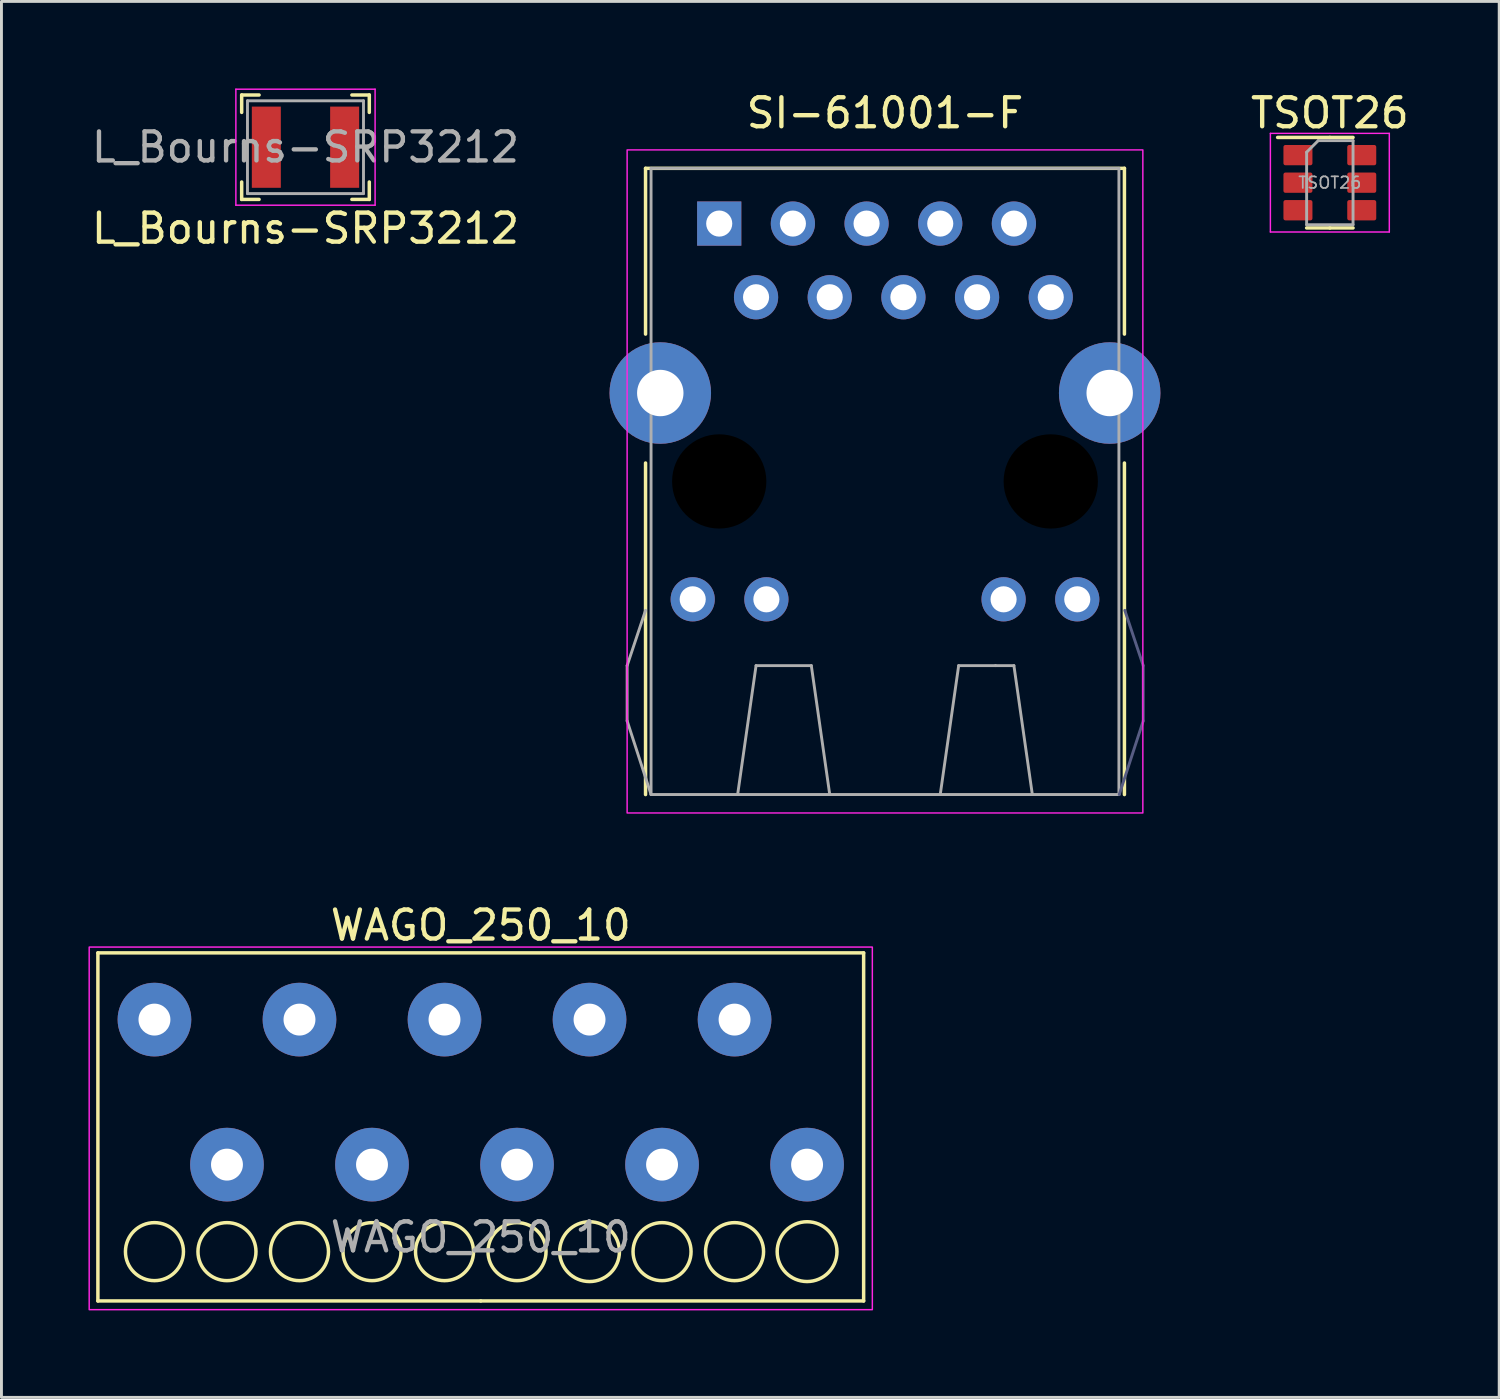
<source format=kicad_pcb>
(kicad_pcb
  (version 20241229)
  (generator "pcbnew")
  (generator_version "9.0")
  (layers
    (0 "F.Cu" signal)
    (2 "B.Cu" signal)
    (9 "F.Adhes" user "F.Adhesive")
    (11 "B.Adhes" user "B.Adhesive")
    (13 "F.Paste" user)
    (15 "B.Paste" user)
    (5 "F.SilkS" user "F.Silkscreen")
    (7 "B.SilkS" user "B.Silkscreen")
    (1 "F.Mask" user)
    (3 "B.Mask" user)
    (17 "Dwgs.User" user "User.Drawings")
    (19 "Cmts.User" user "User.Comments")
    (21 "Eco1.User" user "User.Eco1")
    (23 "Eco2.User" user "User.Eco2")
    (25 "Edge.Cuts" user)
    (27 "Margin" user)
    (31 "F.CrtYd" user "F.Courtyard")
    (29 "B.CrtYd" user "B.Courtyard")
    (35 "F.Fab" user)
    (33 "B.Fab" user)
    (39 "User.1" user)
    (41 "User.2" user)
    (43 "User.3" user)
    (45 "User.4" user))
  (footprint "SI-61001-F"
    (layer "F.Cu")
    (at 27.461 4.658)
    (property "Reference" "SI-61001-F" (at 0 -3.81 0) (unlocked yes) (layer "F.SilkS") (effects (font (size 1 1) (thickness 0.15))))
    (attr through_hole)
    (fp_line (start -8.255 -1.905) (end 8.255 -1.905) (stroke (width 0.12) (type solid)) (layer "F.SilkS"))
    (fp_line (start -8.255 3.81) (end -8.255 -1.905) (stroke (width 0.12) (type solid)) (layer "F.SilkS"))
    (fp_line (start -8.255 19.685) (end -8.255 8.255) (stroke (width 0.12) (type solid)) (layer "F.SilkS"))
    (fp_line (start 8.255 -1.905) (end 8.255 3.81) (stroke (width 0.12) (type solid)) (layer "F.SilkS"))
    (fp_line (start 8.255 8.255) (end 8.255 19.685) (stroke (width 0.12) (type solid)) (layer "F.SilkS"))
    (fp_rect (start -8.89 -2.54) (end 8.89 20.32) (stroke (width 0.05) (type solid)) (fill no) (layer "F.CrtYd"))
    (fp_line (start 8.077 19.685) (end 8.903 17.145) (stroke (width 0.1) (type solid)) (layer "B.Fab"))
    (fp_line (start 8.903 15.24) (end 8.268 13.335) (stroke (width 0.1) (type solid)) (layer "B.Fab"))
    (fp_line (start 8.903 17.145) (end 8.903 15.24) (stroke (width 0.1) (type solid)) (layer "B.Fab"))
    (fp_line (start -8.89 15.24) (end -8.255 13.335) (stroke (width 0.1) (type solid)) (layer "F.Fab"))
    (fp_line (start -8.89 17.145) (end -8.89 15.24) (stroke (width 0.1) (type solid)) (layer "F.Fab"))
    (fp_line (start -8.065 -1.905) (end 8.065 -1.905) (stroke (width 0.1) (type solid)) (layer "F.Fab"))
    (fp_line (start -8.065 19.685) (end -8.89 17.145) (stroke (width 0.1) (type solid)) (layer "F.Fab"))
    (fp_line (start -8.065 19.685) (end -8.065 -1.905) (stroke (width 0.1) (type solid)) (layer "F.Fab"))
    (fp_line (start -8.065 19.685) (end 8.065 19.685) (stroke (width 0.1) (type solid)) (layer "F.Fab"))
    (fp_line (start -5.08 19.685) (end -4.445 15.24) (stroke (width 0.1) (type solid)) (layer "F.Fab"))
    (fp_line (start -4.445 15.24) (end -2.54 15.24) (stroke (width 0.1) (type solid)) (layer "F.Fab"))
    (fp_line (start -2.54 15.24) (end -1.905 19.685) (stroke (width 0.1) (type solid)) (layer "F.Fab"))
    (fp_line (start 1.905 19.685) (end 2.54 15.24) (stroke (width 0.1) (type solid)) (layer "F.Fab"))
    (fp_line (start 2.54 15.24) (end 3.81 15.24) (stroke (width 0.1) (type solid)) (layer "F.Fab"))
    (fp_line (start 3.81 15.24) (end 4.445 15.24) (stroke (width 0.1) (type solid)) (layer "F.Fab"))
    (fp_line (start 4.445 15.24) (end 5.08 19.685) (stroke (width 0.1) (type solid)) (layer "F.Fab"))
    (fp_line (start 8.065 19.685) (end 8.065 -1.905) (stroke (width 0.1) (type solid)) (layer "F.Fab"))
    (pad "" np_thru_hole circle (at -5.715 8.89) (size 3.25 3.25) (drill 3.25) (layers "*.Mask"))
    (pad "" np_thru_hole circle (at 5.715 8.89) (size 3.25 3.25) (drill 3.25) (layers "*.Mask"))
    (pad "1" thru_hole rect (at -5.715 0) (size 1.524 1.524) (drill 0.9) (layers "*.Cu" "*.Mask"))
    (pad "2" thru_hole circle (at -4.445 2.54) (size 1.524 1.524) (drill 0.9) (layers "*.Cu" "*.Mask"))
    (pad "3" thru_hole circle (at -3.175 0) (size 1.524 1.524) (drill 0.9) (layers "*.Cu" "*.Mask"))
    (pad "4" thru_hole circle (at -1.905 2.54) (size 1.524 1.524) (drill 0.9) (layers "*.Cu" "*.Mask"))
    (pad "5" thru_hole circle (at -0.635 0) (size 1.524 1.524) (drill 0.9) (layers "*.Cu" "*.Mask"))
    (pad "6" thru_hole circle (at 0.635 2.54) (size 1.524 1.524) (drill 0.9) (layers "*.Cu" "*.Mask"))
    (pad "7" thru_hole circle (at 1.905 0) (size 1.524 1.524) (drill 0.9) (layers "*.Cu" "*.Mask"))
    (pad "8" thru_hole circle (at 3.175 2.54) (size 1.524 1.524) (drill 0.9) (layers "*.Cu" "*.Mask"))
    (pad "9" thru_hole circle (at 4.445 0) (size 1.524 1.524) (drill 0.9) (layers "*.Cu" "*.Mask"))
    (pad "10" thru_hole circle (at 5.715 2.54) (size 1.524 1.524) (drill 0.9) (layers "*.Cu" "*.Mask"))
    (pad "11" thru_hole circle (at -6.629 12.954) (size 1.524 1.524) (drill 0.9) (layers "*.Cu" "*.Mask"))
    (pad "12" thru_hole circle (at -4.089 12.954) (size 1.524 1.524) (drill 0.9) (layers "*.Cu" "*.Mask"))
    (pad "13" thru_hole circle (at 4.089 12.954) (size 1.524 1.524) (drill 0.9) (layers "*.Cu" "*.Mask"))
    (pad "14" thru_hole circle (at 6.629 12.954) (size 1.524 1.524) (drill 0.9) (layers "*.Cu" "*.Mask"))
    (pad "SH" thru_hole circle (at -7.747 5.842) (size 3.5 3.5) (drill 1.6) (layers "*.Cu" "*.Mask"))
    (pad "SH" thru_hole circle (at 7.747 5.842) (size 3.5 3.5) (drill 1.6) (layers "*.Cu" "*.Mask")))
  (footprint "TSOT26"
    (layer "F.Cu")
    (at 42.798 3.248)
    (property "Reference" "TSOT26" (at 0 -2.4 0) (layer "F.SilkS") (effects (font (size 1 1) (thickness 0.15))))
    (attr smd)
    (fp_line (start 0 -1.56) (end -1.8 -1.56) (stroke (width 0.12) (type solid)) (layer "F.SilkS"))
    (fp_line (start 0 -1.56) (end 0.8 -1.56) (stroke (width 0.12) (type solid)) (layer "F.SilkS"))
    (fp_line (start 0 1.56) (end -0.8 1.56) (stroke (width 0.12) (type solid)) (layer "F.SilkS"))
    (fp_line (start 0 1.56) (end 0.8 1.56) (stroke (width 0.12) (type solid)) (layer "F.SilkS"))
    (fp_line (start -2.05 -1.7) (end -2.05 1.7) (stroke (width 0.05) (type solid)) (layer "F.CrtYd"))
    (fp_line (start -2.05 1.7) (end 2.05 1.7) (stroke (width 0.05) (type solid)) (layer "F.CrtYd"))
    (fp_line (start 2.05 -1.7) (end -2.05 -1.7) (stroke (width 0.05) (type solid)) (layer "F.CrtYd"))
    (fp_line (start 2.05 1.7) (end 2.05 -1.7) (stroke (width 0.05) (type solid)) (layer "F.CrtYd"))
    (fp_line (start -0.8 -1.05) (end -0.4 -1.45) (stroke (width 0.1) (type solid)) (layer "F.Fab"))
    (fp_line (start -0.8 1.45) (end -0.8 -1.05) (stroke (width 0.1) (type solid)) (layer "F.Fab"))
    (fp_line (start -0.4 -1.45) (end 0.8 -1.45) (stroke (width 0.1) (type solid)) (layer "F.Fab"))
    (fp_line (start 0.8 -1.45) (end 0.8 1.45) (stroke (width 0.1) (type solid)) (layer "F.Fab"))
    (fp_line (start 0.8 1.45) (end -0.8 1.45) (stroke (width 0.1) (type solid)) (layer "F.Fab"))
    (fp_text user "${REFERENCE}" (at 0 0 0) (layer "F.Fab") (effects (font (size 0.4 0.4) (thickness 0.06))))
    (pad "1" smd roundrect (at -1.1 -0.95) (size 1 0.7) (layers "F.Cu" "F.Mask" "F.Paste") (roundrect_rratio 0.1))
    (pad "2" smd roundrect (at -1.1 0) (size 1 0.7) (layers "F.Cu" "F.Mask" "F.Paste") (roundrect_rratio 0.1))
    (pad "3" smd roundrect (at -1.1 0.95) (size 1 0.7) (layers "F.Cu" "F.Mask" "F.Paste") (roundrect_rratio 0.1))
    (pad "4" smd roundrect (at 1.1 0.95) (size 1 0.7) (layers "F.Cu" "F.Mask" "F.Paste") (roundrect_rratio 0.1))
    (pad "5" smd roundrect (at 1.1 0) (size 1 0.7) (layers "F.Cu" "F.Mask" "F.Paste") (roundrect_rratio 0.1))
    (pad "6" smd roundrect (at 1.1 -0.95) (size 1 0.7) (layers "F.Cu" "F.Mask" "F.Paste") (roundrect_rratio 0.1)))
  (footprint "L_Bourns-SRP3212"
    (layer "F.Cu")
    (at 7.482 2.025)
    (property "Reference" "L_Bourns-SRP3212" (at 0 2.8 0) (layer "F.SilkS") (effects (font (size 1 1) (thickness 0.15))))
    (attr smd)
    (fp_line (start -2.2 -1.8) (end -2.2 -1.2) (stroke (width 0.12) (type solid)) (layer "F.SilkS"))
    (fp_line (start -2.2 1.2) (end -2.2 1.8) (stroke (width 0.12) (type solid)) (layer "F.SilkS"))
    (fp_line (start -2.2 1.8) (end -1.6 1.8) (stroke (width 0.12) (type solid)) (layer "F.SilkS"))
    (fp_line (start -1.6 -1.8) (end -2.2 -1.8) (stroke (width 0.12) (type solid)) (layer "F.SilkS"))
    (fp_line (start 1.6 1.8) (end 2.2 1.8) (stroke (width 0.12) (type solid)) (layer "F.SilkS"))
    (fp_line (start 2.2 -1.8) (end 1.6 -1.8) (stroke (width 0.12) (type solid)) (layer "F.SilkS"))
    (fp_line (start 2.2 -1.2) (end 2.2 -1.8) (stroke (width 0.12) (type solid)) (layer "F.SilkS"))
    (fp_line (start 2.2 1.8) (end 2.2 1.2) (stroke (width 0.12) (type solid)) (layer "F.SilkS"))
    (fp_line (start -2.4 -2) (end 2.4 -2) (stroke (width 0.05) (type solid)) (layer "F.CrtYd"))
    (fp_line (start -2.4 2) (end -2.4 -2) (stroke (width 0.05) (type solid)) (layer "F.CrtYd"))
    (fp_line (start 2.4 -2) (end 2.4 2) (stroke (width 0.05) (type solid)) (layer "F.CrtYd"))
    (fp_line (start 2.4 2) (end -2.4 2) (stroke (width 0.05) (type solid)) (layer "F.CrtYd"))
    (fp_line (start -2 -1.6) (end -2 1.6) (stroke (width 0.1) (type solid)) (layer "F.Fab"))
    (fp_line (start -2 -1.6) (end 2 -1.6) (stroke (width 0.1) (type solid)) (layer "F.Fab"))
    (fp_line (start 2 -1.6) (end 2 1.6) (stroke (width 0.1) (type solid)) (layer "F.Fab"))
    (fp_line (start 2 1.6) (end -2 1.6) (stroke (width 0.1) (type solid)) (layer "F.Fab"))
    (fp_text user "${REFERENCE}" (at 0 0 0) (layer "F.Fab") (effects (font (size 1 1) (thickness 0.15))))
    (pad "1" smd rect (at -1.35 0) (size 1 2.8) (layers "F.Cu" "F.Mask" "F.Paste"))
    (pad "2" smd rect (at 1.35 0) (size 1 2.8) (layers "F.Cu" "F.Mask" "F.Paste")))
  (footprint "WAGO_250_10"
    (layer "F.Cu")
    (at 13.525 37.102)
    (property "Reference" "WAGO_250_10" (at 0 -8.25 0) (unlocked yes) (layer "F.SilkS") (effects (font (size 1 1) (thickness 0.15))))
    (attr through_hole)
    (fp_line (start -13.2 -7.3) (end -13.2 4.7) (stroke (width 0.12) (type solid)) (layer "F.SilkS"))
    (fp_line (start -13.2 4.7) (end 0 4.7) (stroke (width 0.12) (type solid)) (layer "F.SilkS"))
    (fp_line (start 0 4.7) (end 13.2 4.7) (stroke (width 0.12) (type solid)) (layer "F.SilkS"))
    (fp_line (start 13.2 -7.3) (end -13.2 -7.3) (stroke (width 0.12) (type solid)) (layer "F.SilkS"))
    (fp_line (start 13.2 4.7) (end 13.2 -7.3) (stroke (width 0.12) (type solid)) (layer "F.SilkS"))
    (fp_circle (center -11.25 3) (end -11.25 4) (stroke (width 0.12) (type solid)) (fill no) (layer "F.SilkS"))
    (fp_circle (center -8.75 3) (end -8.75 4) (stroke (width 0.12) (type solid)) (fill no) (layer "F.SilkS"))
    (fp_circle (center -6.25 3) (end -6.25 4) (stroke (width 0.12) (type solid)) (fill no) (layer "F.SilkS"))
    (fp_circle (center -3.75 3) (end -3.75 4) (stroke (width 0.12) (type solid)) (fill no) (layer "F.SilkS"))
    (fp_circle (center -1.25 3) (end -1.25 4) (stroke (width 0.12) (type solid)) (fill no) (layer "F.SilkS"))
    (fp_circle (center 1.25 3) (end 1.25 4) (stroke (width 0.12) (type solid)) (fill no) (layer "F.SilkS"))
    (fp_circle (center 3.75 3) (end 4 4) (stroke (width 0.12) (type solid)) (fill no) (layer "F.SilkS"))
    (fp_circle (center 6.25 3) (end 6.25 4) (stroke (width 0.12) (type solid)) (fill no) (layer "F.SilkS"))
    (fp_circle (center 8.75 3) (end 8.75 4) (stroke (width 0.12) (type solid)) (fill no) (layer "F.SilkS"))
    (fp_circle (center 11.25 3) (end 11.5 4) (stroke (width 0.12) (type solid)) (fill no) (layer "F.SilkS"))
    (fp_rect (start -13.5 -7.5) (end 13.5 5) (stroke (width 0.05) (type solid)) (fill no) (layer "F.CrtYd"))
    (fp_text user "${REFERENCE}" (at 0 2.5 0) (unlocked yes) (layer "F.Fab") (effects (font (size 1 1) (thickness 0.15))))
    (pad "1" thru_hole circle (at 11.25 0) (size 2.54 2.54) (drill 1.1) (layers "*.Cu" "*.Mask"))
    (pad "2" thru_hole circle (at 8.75 -5) (size 2.54 2.54) (drill 1.1) (layers "*.Cu" "*.Mask"))
    (pad "3" thru_hole circle (at 6.25 0) (size 2.54 2.54) (drill 1.1) (layers "*.Cu" "*.Mask"))
    (pad "4" thru_hole circle (at 3.75 -5) (size 2.54 2.54) (drill 1.1) (layers "*.Cu" "*.Mask"))
    (pad "5" thru_hole circle (at 1.25 0) (size 2.54 2.54) (drill 1.1) (layers "*.Cu" "*.Mask"))
    (pad "6" thru_hole circle (at -1.25 -5) (size 2.54 2.54) (drill 1.1) (layers "*.Cu" "*.Mask"))
    (pad "7" thru_hole circle (at -3.75 0) (size 2.54 2.54) (drill 1.1) (layers "*.Cu" "*.Mask"))
    (pad "8" thru_hole circle (at -6.25 -5) (size 2.54 2.54) (drill 1.1) (layers "*.Cu" "*.Mask"))
    (pad "9" thru_hole circle (at -8.75 0) (size 2.54 2.54) (drill 1.1) (layers "*.Cu" "*.Mask"))
    (pad "10" thru_hole circle (at -11.25 -5) (size 2.54 2.54) (drill 1.1) (layers "*.Cu" "*.Mask")))
  (gr_rect
    (start -3 -3)
    (end 48.637 45.127)
    (stroke (width 0.1) (type default))
    (fill no)
    (layer "Edge.Cuts")))
</source>
